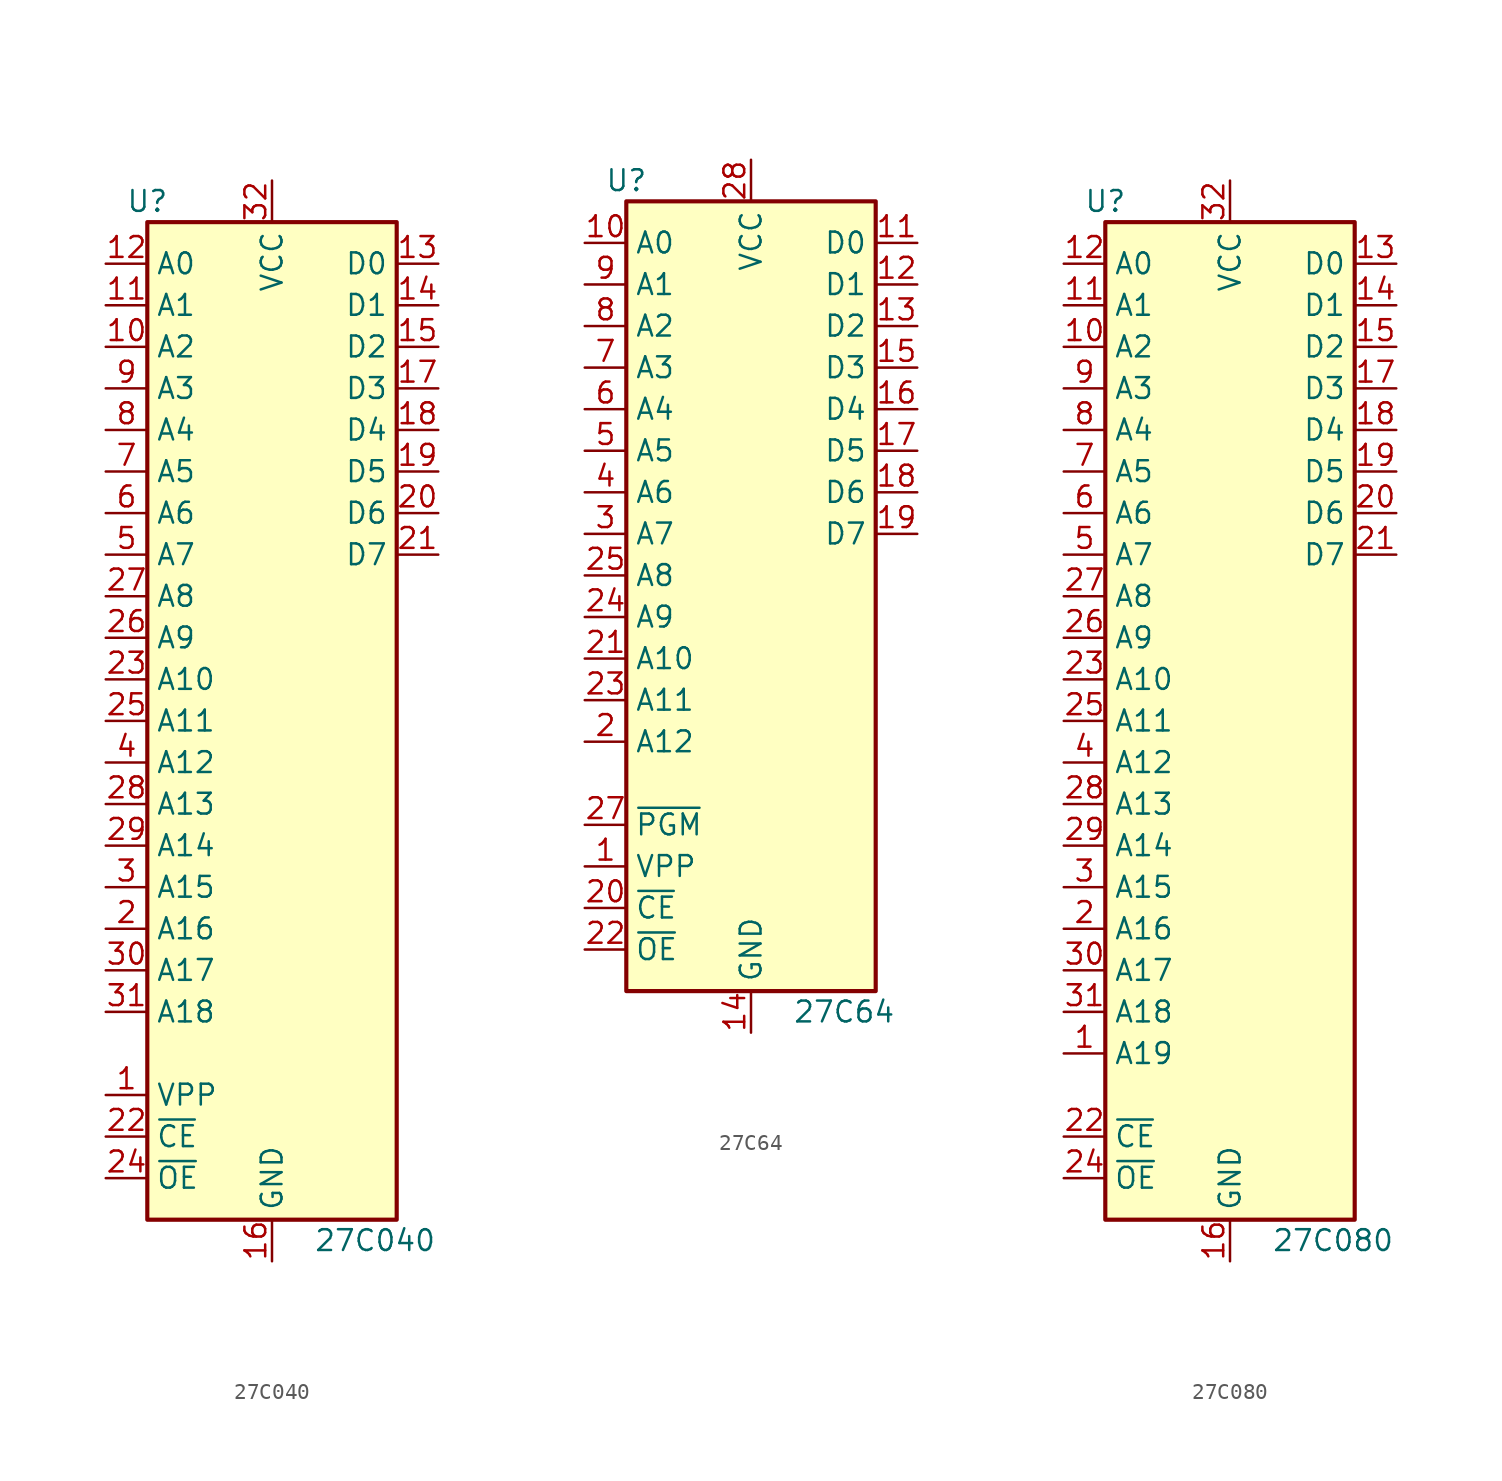
<source format=kicad_sym>
(kicad_symbol_lib
  (version 20241209)
  (generator "kicad_symbol_editor")
  (generator_version "9.0")
  (symbol "27C040"
    (property "Reference" "U"
      (at -7.62 31.75 0)
      (effects (font (size 1.27 1.27))))
    (property "Value" "27C040"
      (at 2.54 -31.75 0)
      (effects (font (size 1.27 1.27)) (justify left)))
    (symbol "27C040_1_1"
      (rectangle (start -7.62 30.48) (end 7.62 -30.48) (stroke (width 0.254) (type default)) (fill (type background)))
      (pin input line (at -10.16 27.94 0) (length 2.54) (name "A0" (effects (font (size 1.27 1.27)))) (number "12" (effects (font (size 1.27 1.27)))))
      (pin input line (at -10.16 25.4 0) (length 2.54) (name "A1" (effects (font (size 1.27 1.27)))) (number "11" (effects (font (size 1.27 1.27)))))
      (pin input line (at -10.16 22.86 0) (length 2.54) (name "A2" (effects (font (size 1.27 1.27)))) (number "10" (effects (font (size 1.27 1.27)))))
      (pin input line (at -10.16 20.32 0) (length 2.54) (name "A3" (effects (font (size 1.27 1.27)))) (number "9" (effects (font (size 1.27 1.27)))))
      (pin input line (at -10.16 17.78 0) (length 2.54) (name "A4" (effects (font (size 1.27 1.27)))) (number "8" (effects (font (size 1.27 1.27)))))
      (pin input line (at -10.16 15.24 0) (length 2.54) (name "A5" (effects (font (size 1.27 1.27)))) (number "7" (effects (font (size 1.27 1.27)))))
      (pin input line (at -10.16 12.7 0) (length 2.54) (name "A6" (effects (font (size 1.27 1.27)))) (number "6" (effects (font (size 1.27 1.27)))))
      (pin input line (at -10.16 10.16 0) (length 2.54) (name "A7" (effects (font (size 1.27 1.27)))) (number "5" (effects (font (size 1.27 1.27)))))
      (pin input line (at -10.16 7.62 0) (length 2.54) (name "A8" (effects (font (size 1.27 1.27)))) (number "27" (effects (font (size 1.27 1.27)))))
      (pin input line (at -10.16 5.08 0) (length 2.54) (name "A9" (effects (font (size 1.27 1.27)))) (number "26" (effects (font (size 1.27 1.27)))))
      (pin input line (at -10.16 2.54 0) (length 2.54) (name "A10" (effects (font (size 1.27 1.27)))) (number "23" (effects (font (size 1.27 1.27)))))
      (pin input line (at -10.16 0 0) (length 2.54) (name "A11" (effects (font (size 1.27 1.27)))) (number "25" (effects (font (size 1.27 1.27)))))
      (pin input line (at -10.16 -2.54 0) (length 2.54) (name "A12" (effects (font (size 1.27 1.27)))) (number "4" (effects (font (size 1.27 1.27)))))
      (pin input line (at -10.16 -5.08 0) (length 2.54) (name "A13" (effects (font (size 1.27 1.27)))) (number "28" (effects (font (size 1.27 1.27)))))
      (pin input line (at -10.16 -7.62 0) (length 2.54) (name "A14" (effects (font (size 1.27 1.27)))) (number "29" (effects (font (size 1.27 1.27)))))
      (pin input line (at -10.16 -10.16 0) (length 2.54) (name "A15" (effects (font (size 1.27 1.27)))) (number "3" (effects (font (size 1.27 1.27)))))
      (pin input line (at -10.16 -12.7 0) (length 2.54) (name "A16" (effects (font (size 1.27 1.27)))) (number "2" (effects (font (size 1.27 1.27)))))
      (pin input line (at -10.16 -15.24 0) (length 2.54) (name "A17" (effects (font (size 1.27 1.27)))) (number "30" (effects (font (size 1.27 1.27)))))
      (pin input line (at -10.16 -17.78 0) (length 2.54) (name "A18" (effects (font (size 1.27 1.27)))) (number "31" (effects (font (size 1.27 1.27)))))
      (pin input line (at -10.16 -22.86 0) (length 2.54) (name "VPP" (effects (font (size 1.27 1.27)))) (number "1" (effects (font (size 1.27 1.27)))))
      (pin input line (at -10.16 -25.4 0) (length 2.54) (name "~{CE}" (effects (font (size 1.27 1.27)))) (number "22" (effects (font (size 1.27 1.27)))))
      (pin input line (at -10.16 -27.94 0) (length 2.54) (name "~{OE}" (effects (font (size 1.27 1.27)))) (number "24" (effects (font (size 1.27 1.27)))))
      (pin power_in line (at 0 33.02 270) (length 2.54) (name "VCC" (effects (font (size 1.27 1.27)))) (number "32" (effects (font (size 1.27 1.27)))))
      (pin power_in line (at 0 -33.02 90) (length 2.54) (name "GND" (effects (font (size 1.27 1.27)))) (number "16" (effects (font (size 1.27 1.27)))))
      (pin tri_state line (at 10.16 27.94 180) (length 2.54) (name "D0" (effects (font (size 1.27 1.27)))) (number "13" (effects (font (size 1.27 1.27)))))
      (pin tri_state line (at 10.16 25.4 180) (length 2.54) (name "D1" (effects (font (size 1.27 1.27)))) (number "14" (effects (font (size 1.27 1.27)))))
      (pin tri_state line (at 10.16 22.86 180) (length 2.54) (name "D2" (effects (font (size 1.27 1.27)))) (number "15" (effects (font (size 1.27 1.27)))))
      (pin tri_state line (at 10.16 20.32 180) (length 2.54) (name "D3" (effects (font (size 1.27 1.27)))) (number "17" (effects (font (size 1.27 1.27)))))
      (pin tri_state line (at 10.16 17.78 180) (length 2.54) (name "D4" (effects (font (size 1.27 1.27)))) (number "18" (effects (font (size 1.27 1.27)))))
      (pin tri_state line (at 10.16 15.24 180) (length 2.54) (name "D5" (effects (font (size 1.27 1.27)))) (number "19" (effects (font (size 1.27 1.27)))))
      (pin tri_state line (at 10.16 12.7 180) (length 2.54) (name "D6" (effects (font (size 1.27 1.27)))) (number "20" (effects (font (size 1.27 1.27)))))
      (pin tri_state line (at 10.16 10.16 180) (length 2.54) (name "D7" (effects (font (size 1.27 1.27)))) (number "21" (effects (font (size 1.27 1.27)))))))
  (symbol "27C64"
    (property "Reference" "U"
      (at -7.62 24.13 0)
      (effects (font (size 1.27 1.27))))
    (property "Value" "27C64"
      (at 2.54 -26.67 0)
      (effects (font (size 1.27 1.27)) (justify left)))
    (symbol "27C64_1_1"
      (rectangle (start -7.62 22.86) (end 7.62 -25.4) (stroke (width 0.254) (type default)) (fill (type background)))
      (pin input line (at -10.16 20.32 0) (length 2.54) (name "A0" (effects (font (size 1.27 1.27)))) (number "10" (effects (font (size 1.27 1.27)))))
      (pin input line (at -10.16 17.78 0) (length 2.54) (name "A1" (effects (font (size 1.27 1.27)))) (number "9" (effects (font (size 1.27 1.27)))))
      (pin input line (at -10.16 15.24 0) (length 2.54) (name "A2" (effects (font (size 1.27 1.27)))) (number "8" (effects (font (size 1.27 1.27)))))
      (pin input line (at -10.16 12.7 0) (length 2.54) (name "A3" (effects (font (size 1.27 1.27)))) (number "7" (effects (font (size 1.27 1.27)))))
      (pin input line (at -10.16 10.16 0) (length 2.54) (name "A4" (effects (font (size 1.27 1.27)))) (number "6" (effects (font (size 1.27 1.27)))))
      (pin input line (at -10.16 7.62 0) (length 2.54) (name "A5" (effects (font (size 1.27 1.27)))) (number "5" (effects (font (size 1.27 1.27)))))
      (pin input line (at -10.16 5.08 0) (length 2.54) (name "A6" (effects (font (size 1.27 1.27)))) (number "4" (effects (font (size 1.27 1.27)))))
      (pin input line (at -10.16 2.54 0) (length 2.54) (name "A7" (effects (font (size 1.27 1.27)))) (number "3" (effects (font (size 1.27 1.27)))))
      (pin input line (at -10.16 0 0) (length 2.54) (name "A8" (effects (font (size 1.27 1.27)))) (number "25" (effects (font (size 1.27 1.27)))))
      (pin input line (at -10.16 -2.54 0) (length 2.54) (name "A9" (effects (font (size 1.27 1.27)))) (number "24" (effects (font (size 1.27 1.27)))))
      (pin input line (at -10.16 -5.08 0) (length 2.54) (name "A10" (effects (font (size 1.27 1.27)))) (number "21" (effects (font (size 1.27 1.27)))))
      (pin input line (at -10.16 -7.62 0) (length 2.54) (name "A11" (effects (font (size 1.27 1.27)))) (number "23" (effects (font (size 1.27 1.27)))))
      (pin input line (at -10.16 -10.16 0) (length 2.54) (name "A12" (effects (font (size 1.27 1.27)))) (number "2" (effects (font (size 1.27 1.27)))))
      (pin input line (at -10.16 -15.24 0) (length 2.54) (name "~{PGM}" (effects (font (size 1.27 1.27)))) (number "27" (effects (font (size 1.27 1.27)))))
      (pin input line (at -10.16 -17.78 0) (length 2.54) (name "VPP" (effects (font (size 1.27 1.27)))) (number "1" (effects (font (size 1.27 1.27)))))
      (pin input line (at -10.16 -20.32 0) (length 2.54) (name "~{CE}" (effects (font (size 1.27 1.27)))) (number "20" (effects (font (size 1.27 1.27)))))
      (pin input line (at -10.16 -22.86 0) (length 2.54) (name "~{OE}" (effects (font (size 1.27 1.27)))) (number "22" (effects (font (size 1.27 1.27)))))
      (pin power_in line (at 0 25.4 270) (length 2.54) (name "VCC" (effects (font (size 1.27 1.27)))) (number "28" (effects (font (size 1.27 1.27)))))
      (pin power_in line (at 0 -27.94 90) (length 2.54) (name "GND" (effects (font (size 1.27 1.27)))) (number "14" (effects (font (size 1.27 1.27)))))
      (pin no_connect line (at 7.62 0 180) (length 2.54) (hide yes) (name "NC" (effects (font (size 1.27 1.27)))) (number "26" (effects (font (size 1.27 1.27)))))
      (pin tri_state line (at 10.16 20.32 180) (length 2.54) (name "D0" (effects (font (size 1.27 1.27)))) (number "11" (effects (font (size 1.27 1.27)))))
      (pin tri_state line (at 10.16 17.78 180) (length 2.54) (name "D1" (effects (font (size 1.27 1.27)))) (number "12" (effects (font (size 1.27 1.27)))))
      (pin tri_state line (at 10.16 15.24 180) (length 2.54) (name "D2" (effects (font (size 1.27 1.27)))) (number "13" (effects (font (size 1.27 1.27)))))
      (pin tri_state line (at 10.16 12.7 180) (length 2.54) (name "D3" (effects (font (size 1.27 1.27)))) (number "15" (effects (font (size 1.27 1.27)))))
      (pin tri_state line (at 10.16 10.16 180) (length 2.54) (name "D4" (effects (font (size 1.27 1.27)))) (number "16" (effects (font (size 1.27 1.27)))))
      (pin tri_state line (at 10.16 7.62 180) (length 2.54) (name "D5" (effects (font (size 1.27 1.27)))) (number "17" (effects (font (size 1.27 1.27)))))
      (pin tri_state line (at 10.16 5.08 180) (length 2.54) (name "D6" (effects (font (size 1.27 1.27)))) (number "18" (effects (font (size 1.27 1.27)))))
      (pin tri_state line (at 10.16 2.54 180) (length 2.54) (name "D7" (effects (font (size 1.27 1.27)))) (number "19" (effects (font (size 1.27 1.27)))))))
  (symbol "27C080"
    (property "Reference" "U"
      (at -7.62 31.75 0)
      (effects (font (size 1.27 1.27))))
    (property "Value" "27C080"
      (at 2.54 -31.75 0)
      (effects (font (size 1.27 1.27)) (justify left)))
    (symbol "27C080_1_1"
      (rectangle (start -7.62 30.48) (end 7.62 -30.48) (stroke (width 0.254) (type default)) (fill (type background)))
      (pin input line (at -10.16 27.94 0) (length 2.54) (name "A0" (effects (font (size 1.27 1.27)))) (number "12" (effects (font (size 1.27 1.27)))))
      (pin input line (at -10.16 25.4 0) (length 2.54) (name "A1" (effects (font (size 1.27 1.27)))) (number "11" (effects (font (size 1.27 1.27)))))
      (pin input line (at -10.16 22.86 0) (length 2.54) (name "A2" (effects (font (size 1.27 1.27)))) (number "10" (effects (font (size 1.27 1.27)))))
      (pin input line (at -10.16 20.32 0) (length 2.54) (name "A3" (effects (font (size 1.27 1.27)))) (number "9" (effects (font (size 1.27 1.27)))))
      (pin input line (at -10.16 17.78 0) (length 2.54) (name "A4" (effects (font (size 1.27 1.27)))) (number "8" (effects (font (size 1.27 1.27)))))
      (pin input line (at -10.16 15.24 0) (length 2.54) (name "A5" (effects (font (size 1.27 1.27)))) (number "7" (effects (font (size 1.27 1.27)))))
      (pin input line (at -10.16 12.7 0) (length 2.54) (name "A6" (effects (font (size 1.27 1.27)))) (number "6" (effects (font (size 1.27 1.27)))))
      (pin input line (at -10.16 10.16 0) (length 2.54) (name "A7" (effects (font (size 1.27 1.27)))) (number "5" (effects (font (size 1.27 1.27)))))
      (pin input line (at -10.16 7.62 0) (length 2.54) (name "A8" (effects (font (size 1.27 1.27)))) (number "27" (effects (font (size 1.27 1.27)))))
      (pin input line (at -10.16 5.08 0) (length 2.54) (name "A9" (effects (font (size 1.27 1.27)))) (number "26" (effects (font (size 1.27 1.27)))))
      (pin input line (at -10.16 2.54 0) (length 2.54) (name "A10" (effects (font (size 1.27 1.27)))) (number "23" (effects (font (size 1.27 1.27)))))
      (pin input line (at -10.16 0 0) (length 2.54) (name "A11" (effects (font (size 1.27 1.27)))) (number "25" (effects (font (size 1.27 1.27)))))
      (pin input line (at -10.16 -2.54 0) (length 2.54) (name "A12" (effects (font (size 1.27 1.27)))) (number "4" (effects (font (size 1.27 1.27)))))
      (pin input line (at -10.16 -5.08 0) (length 2.54) (name "A13" (effects (font (size 1.27 1.27)))) (number "28" (effects (font (size 1.27 1.27)))))
      (pin input line (at -10.16 -7.62 0) (length 2.54) (name "A14" (effects (font (size 1.27 1.27)))) (number "29" (effects (font (size 1.27 1.27)))))
      (pin input line (at -10.16 -10.16 0) (length 2.54) (name "A15" (effects (font (size 1.27 1.27)))) (number "3" (effects (font (size 1.27 1.27)))))
      (pin input line (at -10.16 -12.7 0) (length 2.54) (name "A16" (effects (font (size 1.27 1.27)))) (number "2" (effects (font (size 1.27 1.27)))))
      (pin input line (at -10.16 -15.24 0) (length 2.54) (name "A17" (effects (font (size 1.27 1.27)))) (number "30" (effects (font (size 1.27 1.27)))))
      (pin input line (at -10.16 -17.78 0) (length 2.54) (name "A18" (effects (font (size 1.27 1.27)))) (number "31" (effects (font (size 1.27 1.27)))))
      (pin input line (at -10.16 -20.32 0) (length 2.54) (name "A19" (effects (font (size 1.27 1.27)))) (number "1" (effects (font (size 1.27 1.27)))))
      (pin input line (at -10.16 -25.4 0) (length 2.54) (name "~{CE}" (effects (font (size 1.27 1.27)))) (number "22" (effects (font (size 1.27 1.27)))))
      (pin input line (at -10.16 -27.94 0) (length 2.54) (name "~{OE}" (effects (font (size 1.27 1.27)))) (number "24" (effects (font (size 1.27 1.27)))))
      (pin power_in line (at 0 33.02 270) (length 2.54) (name "VCC" (effects (font (size 1.27 1.27)))) (number "32" (effects (font (size 1.27 1.27)))))
      (pin power_in line (at 0 -33.02 90) (length 2.54) (name "GND" (effects (font (size 1.27 1.27)))) (number "16" (effects (font (size 1.27 1.27)))))
      (pin tri_state line (at 10.16 27.94 180) (length 2.54) (name "D0" (effects (font (size 1.27 1.27)))) (number "13" (effects (font (size 1.27 1.27)))))
      (pin tri_state line (at 10.16 25.4 180) (length 2.54) (name "D1" (effects (font (size 1.27 1.27)))) (number "14" (effects (font (size 1.27 1.27)))))
      (pin tri_state line (at 10.16 22.86 180) (length 2.54) (name "D2" (effects (font (size 1.27 1.27)))) (number "15" (effects (font (size 1.27 1.27)))))
      (pin tri_state line (at 10.16 20.32 180) (length 2.54) (name "D3" (effects (font (size 1.27 1.27)))) (number "17" (effects (font (size 1.27 1.27)))))
      (pin tri_state line (at 10.16 17.78 180) (length 2.54) (name "D4" (effects (font (size 1.27 1.27)))) (number "18" (effects (font (size 1.27 1.27)))))
      (pin tri_state line (at 10.16 15.24 180) (length 2.54) (name "D5" (effects (font (size 1.27 1.27)))) (number "19" (effects (font (size 1.27 1.27)))))
      (pin tri_state line (at 10.16 12.7 180) (length 2.54) (name "D6" (effects (font (size 1.27 1.27)))) (number "20" (effects (font (size 1.27 1.27)))))
      (pin tri_state line (at 10.16 10.16 180) (length 2.54) (name "D7" (effects (font (size 1.27 1.27)))) (number "21" (effects (font (size 1.27 1.27))))))))
</source>
